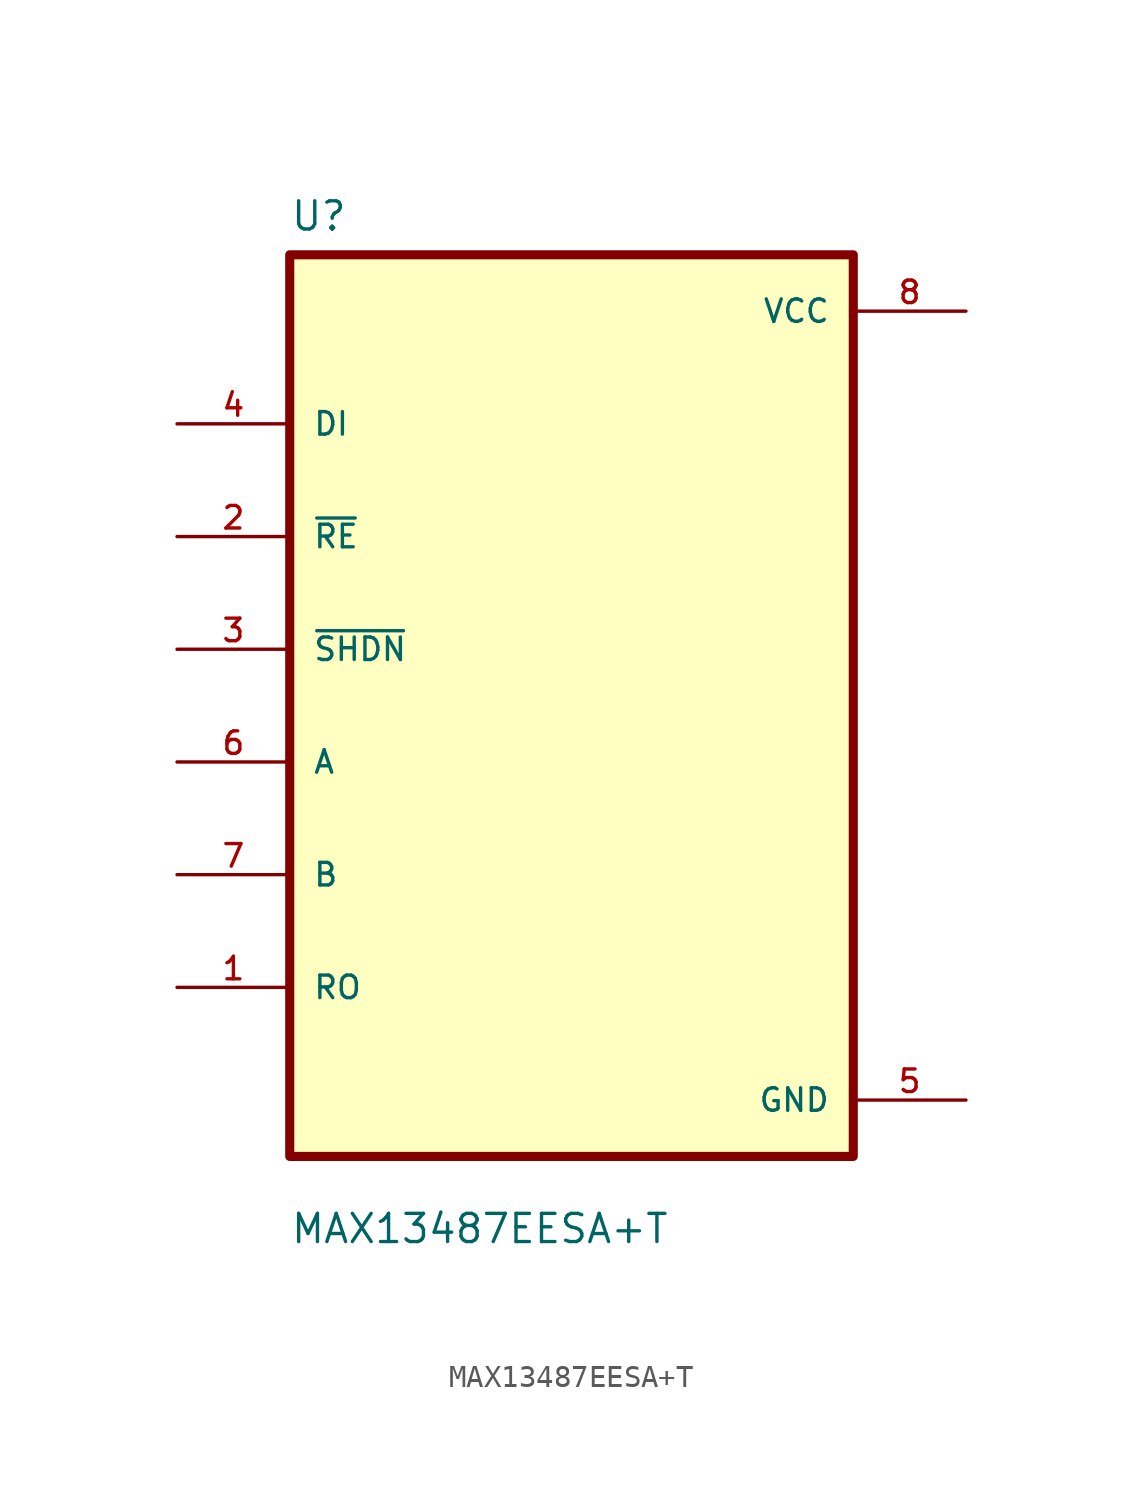
<source format=kicad_sym>
(kicad_symbol_lib
  (version 20211014)
  (generator kicad_symbol_editor)
  (symbol "MAX13487EESA+T"
    (pin_names
      (offset 1.016))
    (property "Reference" "U"
      (at -12.7 21.32 0.0)
      (effects (font (size 1.27 1.27)) (justify bottom left)))
    (property "Value" "MAX13487EESA+T"
      (at -12.7 -24.32 0.0)
      (effects (font (size 1.27 1.27)) (justify bottom left)))
    (symbol "MAX13487EESA+T_0_0"
      (rectangle (start -12.7 -20.32) (end 12.7 20.32) (stroke (width 0.41)) (fill (type background)))
      (pin input line (at -17.78 12.7 0) (length 5.08) (name "DI" (effects (font (size 1.016 1.016)))) (number "4" (effects (font (size 1.016 1.016)))))
      (pin bidirectional line (at -17.78 7.62 0) (length 5.08) (name "~{RE}" (effects (font (size 1.016 1.016)))) (number "2" (effects (font (size 1.016 1.016)))))
      (pin bidirectional line (at -17.78 2.54 0) (length 5.08) (name "~{SHDN}" (effects (font (size 1.016 1.016)))) (number "3" (effects (font (size 1.016 1.016)))))
      (pin bidirectional line (at -17.78 -2.54 0) (length 5.08) (name "A" (effects (font (size 1.016 1.016)))) (number "6" (effects (font (size 1.016 1.016)))))
      (pin bidirectional line (at -17.78 -7.62 0) (length 5.08) (name "B" (effects (font (size 1.016 1.016)))) (number "7" (effects (font (size 1.016 1.016)))))
      (pin bidirectional line (at -17.78 -12.7 0) (length 5.08) (name "RO" (effects (font (size 1.016 1.016)))) (number "1" (effects (font (size 1.016 1.016)))))
      (pin power_in line (at 17.78 17.78 180.0) (length 5.08) (name "VCC" (effects (font (size 1.016 1.016)))) (number "8" (effects (font (size 1.016 1.016)))))
      (pin power_in line (at 17.78 -17.78 180.0) (length 5.08) (name "GND" (effects (font (size 1.016 1.016)))) (number "5" (effects (font (size 1.016 1.016))))))))
</source>
